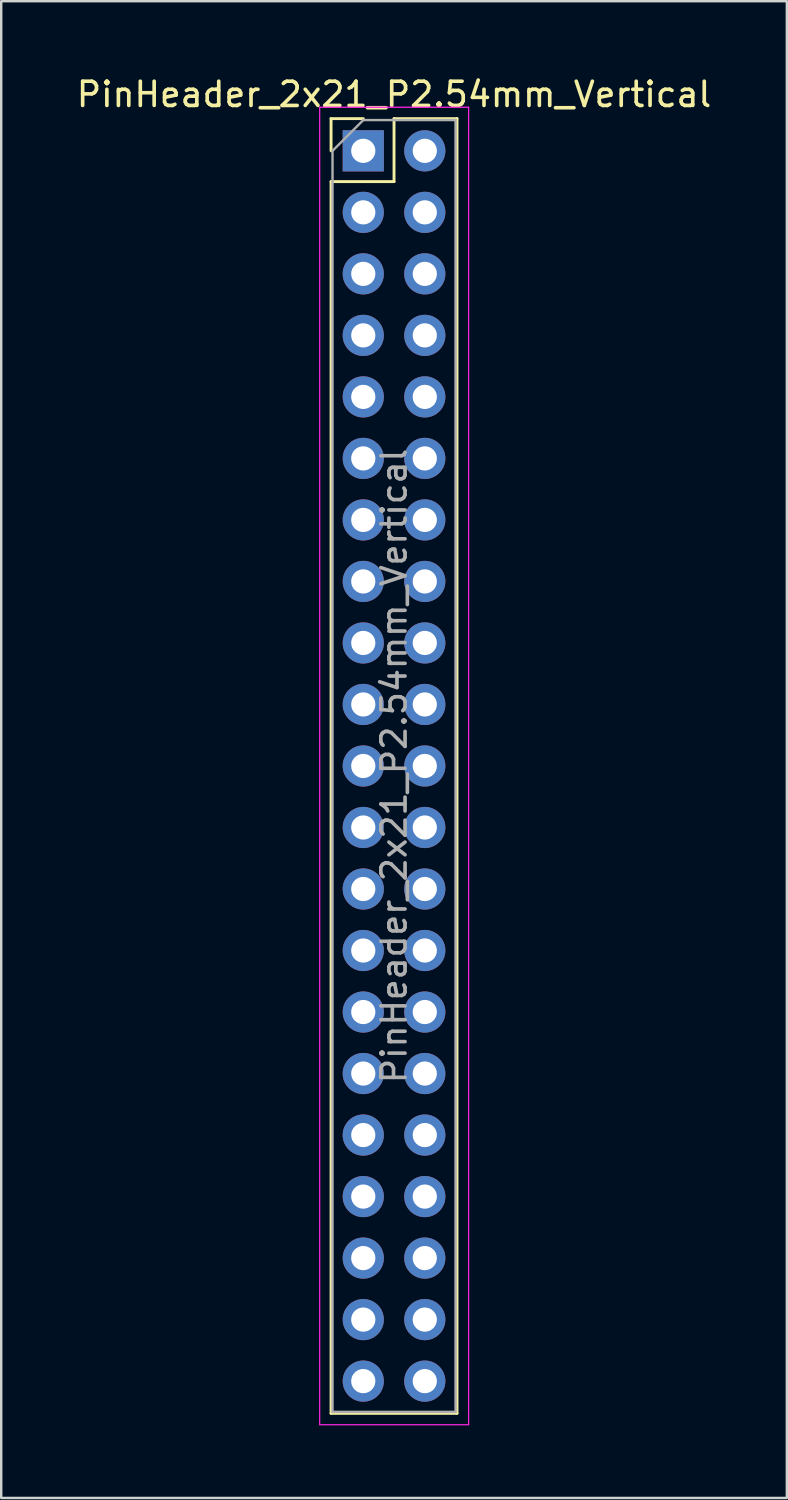
<source format=kicad_pcb>
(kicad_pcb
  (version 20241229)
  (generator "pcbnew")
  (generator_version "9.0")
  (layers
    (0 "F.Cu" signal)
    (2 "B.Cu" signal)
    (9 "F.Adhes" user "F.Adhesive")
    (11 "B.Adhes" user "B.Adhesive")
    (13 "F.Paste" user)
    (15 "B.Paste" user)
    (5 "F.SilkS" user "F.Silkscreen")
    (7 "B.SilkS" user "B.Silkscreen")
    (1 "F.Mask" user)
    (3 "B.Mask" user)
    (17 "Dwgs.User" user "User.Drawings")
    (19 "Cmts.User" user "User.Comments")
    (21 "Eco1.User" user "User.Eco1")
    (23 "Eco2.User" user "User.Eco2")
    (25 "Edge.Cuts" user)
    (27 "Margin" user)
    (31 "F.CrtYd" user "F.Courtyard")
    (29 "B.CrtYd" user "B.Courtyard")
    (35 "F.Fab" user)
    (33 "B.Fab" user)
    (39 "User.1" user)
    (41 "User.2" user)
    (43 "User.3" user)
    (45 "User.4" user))
  (footprint "PinHeader_2x21_P2.54mm_Vertical"
    (layer "F.Cu")
    (at 11.95 3.178)
    (property "Reference" "PinHeader_2x21_P2.54mm_Vertical" (at 1.27 -2.33 0) (layer "F.SilkS") (effects (font (size 1 1) (thickness 0.15))))
    (attr through_hole)
    (fp_line (start -1.33 -1.33) (end 0 -1.33) (stroke (width 0.12) (type solid)) (layer "F.SilkS"))
    (fp_line (start -1.33 0) (end -1.33 -1.33) (stroke (width 0.12) (type solid)) (layer "F.SilkS"))
    (fp_line (start -1.33 1.27) (end -1.33 52.13) (stroke (width 0.12) (type solid)) (layer "F.SilkS"))
    (fp_line (start -1.33 1.27) (end 1.27 1.27) (stroke (width 0.12) (type solid)) (layer "F.SilkS"))
    (fp_line (start -1.33 52.13) (end 3.87 52.13) (stroke (width 0.12) (type solid)) (layer "F.SilkS"))
    (fp_line (start 1.27 -1.33) (end 3.87 -1.33) (stroke (width 0.12) (type solid)) (layer "F.SilkS"))
    (fp_line (start 1.27 1.27) (end 1.27 -1.33) (stroke (width 0.12) (type solid)) (layer "F.SilkS"))
    (fp_line (start 3.87 -1.33) (end 3.87 52.13) (stroke (width 0.12) (type solid)) (layer "F.SilkS"))
    (fp_line (start -1.8 -1.8) (end -1.8 52.6) (stroke (width 0.05) (type solid)) (layer "F.CrtYd"))
    (fp_line (start -1.8 52.6) (end 4.35 52.6) (stroke (width 0.05) (type solid)) (layer "F.CrtYd"))
    (fp_line (start 4.35 -1.8) (end -1.8 -1.8) (stroke (width 0.05) (type solid)) (layer "F.CrtYd"))
    (fp_line (start 4.35 52.6) (end 4.35 -1.8) (stroke (width 0.05) (type solid)) (layer "F.CrtYd"))
    (fp_line (start -1.27 0) (end 0 -1.27) (stroke (width 0.1) (type solid)) (layer "F.Fab"))
    (fp_line (start -1.27 52.07) (end -1.27 0) (stroke (width 0.1) (type solid)) (layer "F.Fab"))
    (fp_line (start 0 -1.27) (end 3.81 -1.27) (stroke (width 0.1) (type solid)) (layer "F.Fab"))
    (fp_line (start 3.81 -1.27) (end 3.81 52.07) (stroke (width 0.1) (type solid)) (layer "F.Fab"))
    (fp_line (start 3.81 52.07) (end -1.27 52.07) (stroke (width 0.1) (type solid)) (layer "F.Fab"))
    (fp_text user "${REFERENCE}" (at 1.27 25.4 90) (layer "F.Fab") (effects (font (size 1 1) (thickness 0.15))))
    (pad "1" thru_hole rect (at 0 0) (size 1.7 1.7) (drill 1) (layers "*.Cu" "*.Mask"))
    (pad "2" thru_hole oval (at 2.54 0) (size 1.7 1.7) (drill 1) (layers "*.Cu" "*.Mask"))
    (pad "3" thru_hole oval (at 0 2.54) (size 1.7 1.7) (drill 1) (layers "*.Cu" "*.Mask"))
    (pad "4" thru_hole oval (at 2.54 2.54) (size 1.7 1.7) (drill 1) (layers "*.Cu" "*.Mask"))
    (pad "5" thru_hole oval (at 0 5.08) (size 1.7 1.7) (drill 1) (layers "*.Cu" "*.Mask"))
    (pad "6" thru_hole oval (at 2.54 5.08) (size 1.7 1.7) (drill 1) (layers "*.Cu" "*.Mask"))
    (pad "7" thru_hole oval (at 0 7.62) (size 1.7 1.7) (drill 1) (layers "*.Cu" "*.Mask"))
    (pad "8" thru_hole oval (at 2.54 7.62) (size 1.7 1.7) (drill 1) (layers "*.Cu" "*.Mask"))
    (pad "9" thru_hole oval (at 0 10.16) (size 1.7 1.7) (drill 1) (layers "*.Cu" "*.Mask"))
    (pad "10" thru_hole oval (at 2.54 10.16) (size 1.7 1.7) (drill 1) (layers "*.Cu" "*.Mask"))
    (pad "11" thru_hole oval (at 0 12.7) (size 1.7 1.7) (drill 1) (layers "*.Cu" "*.Mask"))
    (pad "12" thru_hole oval (at 2.54 12.7) (size 1.7 1.7) (drill 1) (layers "*.Cu" "*.Mask"))
    (pad "13" thru_hole oval (at 0 15.24) (size 1.7 1.7) (drill 1) (layers "*.Cu" "*.Mask"))
    (pad "14" thru_hole oval (at 2.54 15.24) (size 1.7 1.7) (drill 1) (layers "*.Cu" "*.Mask"))
    (pad "15" thru_hole oval (at 0 17.78) (size 1.7 1.7) (drill 1) (layers "*.Cu" "*.Mask"))
    (pad "16" thru_hole oval (at 2.54 17.78) (size 1.7 1.7) (drill 1) (layers "*.Cu" "*.Mask"))
    (pad "17" thru_hole oval (at 0 20.32) (size 1.7 1.7) (drill 1) (layers "*.Cu" "*.Mask"))
    (pad "18" thru_hole oval (at 2.54 20.32) (size 1.7 1.7) (drill 1) (layers "*.Cu" "*.Mask"))
    (pad "19" thru_hole oval (at 0 22.86) (size 1.7 1.7) (drill 1) (layers "*.Cu" "*.Mask"))
    (pad "20" thru_hole oval (at 2.54 22.86) (size 1.7 1.7) (drill 1) (layers "*.Cu" "*.Mask"))
    (pad "21" thru_hole oval (at 0 25.4) (size 1.7 1.7) (drill 1) (layers "*.Cu" "*.Mask"))
    (pad "22" thru_hole oval (at 2.54 25.4) (size 1.7 1.7) (drill 1) (layers "*.Cu" "*.Mask"))
    (pad "23" thru_hole oval (at 0 27.94) (size 1.7 1.7) (drill 1) (layers "*.Cu" "*.Mask"))
    (pad "24" thru_hole oval (at 2.54 27.94) (size 1.7 1.7) (drill 1) (layers "*.Cu" "*.Mask"))
    (pad "25" thru_hole oval (at 0 30.48) (size 1.7 1.7) (drill 1) (layers "*.Cu" "*.Mask"))
    (pad "26" thru_hole oval (at 2.54 30.48) (size 1.7 1.7) (drill 1) (layers "*.Cu" "*.Mask"))
    (pad "27" thru_hole oval (at 0 33.02) (size 1.7 1.7) (drill 1) (layers "*.Cu" "*.Mask"))
    (pad "28" thru_hole oval (at 2.54 33.02) (size 1.7 1.7) (drill 1) (layers "*.Cu" "*.Mask"))
    (pad "29" thru_hole oval (at 0 35.56) (size 1.7 1.7) (drill 1) (layers "*.Cu" "*.Mask"))
    (pad "30" thru_hole oval (at 2.54 35.56) (size 1.7 1.7) (drill 1) (layers "*.Cu" "*.Mask"))
    (pad "31" thru_hole oval (at 0 38.1) (size 1.7 1.7) (drill 1) (layers "*.Cu" "*.Mask"))
    (pad "32" thru_hole oval (at 2.54 38.1) (size 1.7 1.7) (drill 1) (layers "*.Cu" "*.Mask"))
    (pad "33" thru_hole oval (at 0 40.64) (size 1.7 1.7) (drill 1) (layers "*.Cu" "*.Mask"))
    (pad "34" thru_hole oval (at 2.54 40.64) (size 1.7 1.7) (drill 1) (layers "*.Cu" "*.Mask"))
    (pad "35" thru_hole oval (at 0 43.18) (size 1.7 1.7) (drill 1) (layers "*.Cu" "*.Mask"))
    (pad "36" thru_hole oval (at 2.54 43.18) (size 1.7 1.7) (drill 1) (layers "*.Cu" "*.Mask"))
    (pad "37" thru_hole oval (at 0 45.72) (size 1.7 1.7) (drill 1) (layers "*.Cu" "*.Mask"))
    (pad "38" thru_hole oval (at 2.54 45.72) (size 1.7 1.7) (drill 1) (layers "*.Cu" "*.Mask"))
    (pad "39" thru_hole oval (at 0 48.26) (size 1.7 1.7) (drill 1) (layers "*.Cu" "*.Mask"))
    (pad "40" thru_hole oval (at 2.54 48.26) (size 1.7 1.7) (drill 1) (layers "*.Cu" "*.Mask"))
    (pad "41" thru_hole oval (at 0 50.8) (size 1.7 1.7) (drill 1) (layers "*.Cu" "*.Mask"))
    (pad "42" thru_hole oval (at 2.54 50.8) (size 1.7 1.7) (drill 1) (layers "*.Cu" "*.Mask")))
  (gr_rect
    (start -3 -3)
    (end 29.44 58.803)
    (stroke (width 0.1) (type default))
    (fill no)
    (layer "Edge.Cuts")))
</source>
